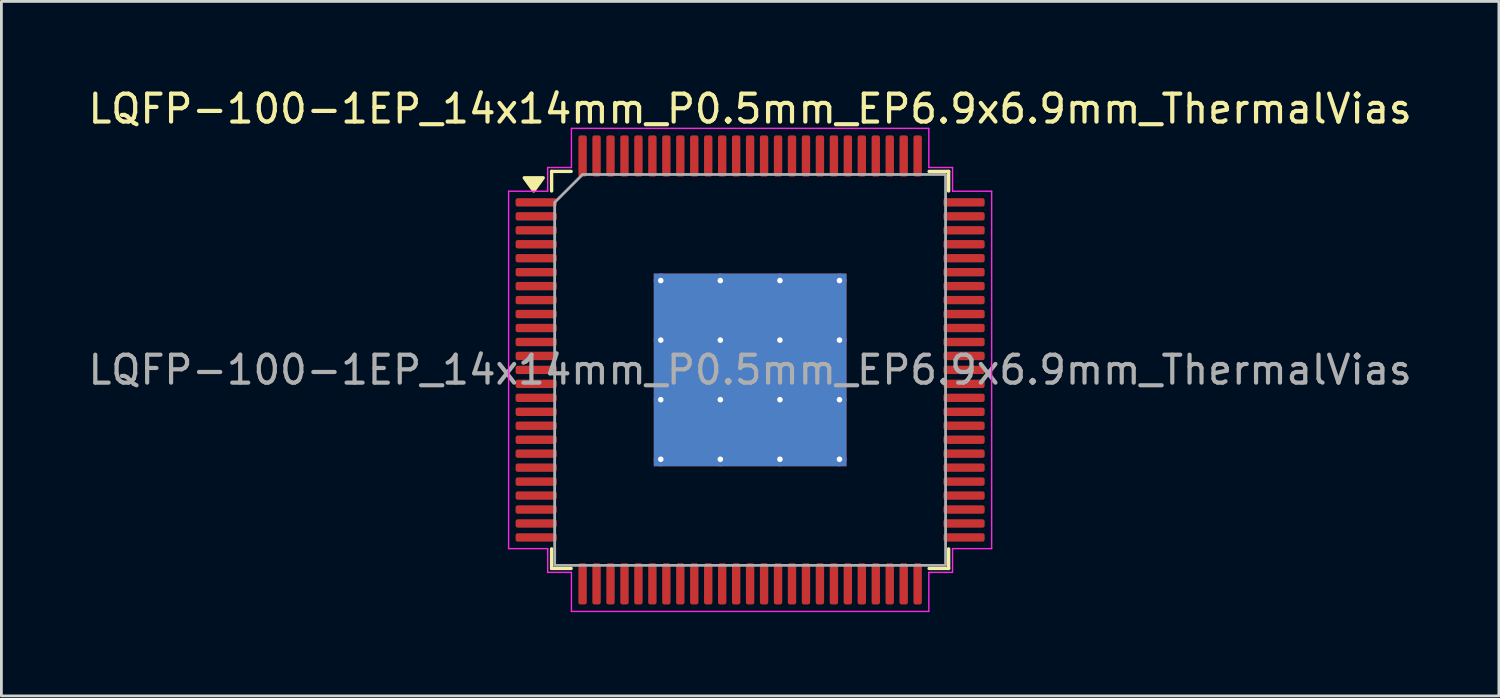
<source format=kicad_pcb>
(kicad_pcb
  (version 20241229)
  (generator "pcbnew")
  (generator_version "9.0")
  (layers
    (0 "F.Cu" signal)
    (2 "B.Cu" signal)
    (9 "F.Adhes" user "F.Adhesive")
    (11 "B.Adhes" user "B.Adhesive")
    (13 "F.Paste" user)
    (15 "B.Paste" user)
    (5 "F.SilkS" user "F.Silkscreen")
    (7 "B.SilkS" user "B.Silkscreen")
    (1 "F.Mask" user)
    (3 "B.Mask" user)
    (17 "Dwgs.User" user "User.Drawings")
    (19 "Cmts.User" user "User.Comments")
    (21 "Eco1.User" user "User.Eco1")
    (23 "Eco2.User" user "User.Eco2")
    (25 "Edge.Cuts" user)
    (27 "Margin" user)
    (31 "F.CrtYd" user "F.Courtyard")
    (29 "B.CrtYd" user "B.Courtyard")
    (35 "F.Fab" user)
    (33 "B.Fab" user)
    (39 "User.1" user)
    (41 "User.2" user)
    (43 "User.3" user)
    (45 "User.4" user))
  (footprint "LQFP-100-1EP_14x14mm_P0.5mm_EP6.9x6.9mm_ThermalVias"
    (layer "F.Cu")
    (at 23.815 10.198)
    (property "Reference" "LQFP-100-1EP_14x14mm_P0.5mm_EP6.9x6.9mm_ThermalVias" (at 0 -9.35 0) (layer "F.SilkS") (effects (font (size 1 1) (thickness 0.15))))
    (attr smd)
    (fp_line (start -7.11 -7.11) (end -6.41 -7.11) (stroke (width 0.12) (type solid)) (layer "F.SilkS"))
    (fp_line (start -7.11 -6.41) (end -7.11 -7.11) (stroke (width 0.12) (type solid)) (layer "F.SilkS"))
    (fp_line (start -7.11 7.11) (end -7.11 6.41) (stroke (width 0.12) (type solid)) (layer "F.SilkS"))
    (fp_line (start -6.41 7.11) (end -7.11 7.11) (stroke (width 0.12) (type solid)) (layer "F.SilkS"))
    (fp_line (start 6.41 -7.11) (end 7.11 -7.11) (stroke (width 0.12) (type solid)) (layer "F.SilkS"))
    (fp_line (start 7.11 -7.11) (end 7.11 -6.41) (stroke (width 0.12) (type solid)) (layer "F.SilkS"))
    (fp_line (start 7.11 6.41) (end 7.11 7.11) (stroke (width 0.12) (type solid)) (layer "F.SilkS"))
    (fp_line (start 7.11 7.11) (end 6.41 7.11) (stroke (width 0.12) (type solid)) (layer "F.SilkS"))
    (fp_poly (pts (xy -7.75 -6.41) (xy -8.09 -6.88) (xy -7.41 -6.88)) (stroke (width 0.12) (type solid)) (fill yes) (layer "F.SilkS"))
    (fp_line (start -8.65 -6.4) (end -7.25 -6.4) (stroke (width 0.05) (type solid)) (layer "F.CrtYd"))
    (fp_line (start -8.65 6.4) (end -8.65 -6.4) (stroke (width 0.05) (type solid)) (layer "F.CrtYd"))
    (fp_line (start -7.25 -7.25) (end -6.4 -7.25) (stroke (width 0.05) (type solid)) (layer "F.CrtYd"))
    (fp_line (start -7.25 -6.4) (end -7.25 -7.25) (stroke (width 0.05) (type solid)) (layer "F.CrtYd"))
    (fp_line (start -7.25 6.4) (end -8.65 6.4) (stroke (width 0.05) (type solid)) (layer "F.CrtYd"))
    (fp_line (start -7.25 7.25) (end -7.25 6.4) (stroke (width 0.05) (type solid)) (layer "F.CrtYd"))
    (fp_line (start -6.4 -8.65) (end 6.4 -8.65) (stroke (width 0.05) (type solid)) (layer "F.CrtYd"))
    (fp_line (start -6.4 -7.25) (end -6.4 -8.65) (stroke (width 0.05) (type solid)) (layer "F.CrtYd"))
    (fp_line (start -6.4 7.25) (end -7.25 7.25) (stroke (width 0.05) (type solid)) (layer "F.CrtYd"))
    (fp_line (start -6.4 8.65) (end -6.4 7.25) (stroke (width 0.05) (type solid)) (layer "F.CrtYd"))
    (fp_line (start 6.4 -8.65) (end 6.4 -7.25) (stroke (width 0.05) (type solid)) (layer "F.CrtYd"))
    (fp_line (start 6.4 -7.25) (end 7.25 -7.25) (stroke (width 0.05) (type solid)) (layer "F.CrtYd"))
    (fp_line (start 6.4 7.25) (end 6.4 8.65) (stroke (width 0.05) (type solid)) (layer "F.CrtYd"))
    (fp_line (start 6.4 8.65) (end -6.4 8.65) (stroke (width 0.05) (type solid)) (layer "F.CrtYd"))
    (fp_line (start 7.25 -7.25) (end 7.25 -6.4) (stroke (width 0.05) (type solid)) (layer "F.CrtYd"))
    (fp_line (start 7.25 -6.4) (end 8.65 -6.4) (stroke (width 0.05) (type solid)) (layer "F.CrtYd"))
    (fp_line (start 7.25 6.4) (end 7.25 7.25) (stroke (width 0.05) (type solid)) (layer "F.CrtYd"))
    (fp_line (start 7.25 7.25) (end 6.4 7.25) (stroke (width 0.05) (type solid)) (layer "F.CrtYd"))
    (fp_line (start 8.65 -6.4) (end 8.65 6.4) (stroke (width 0.05) (type solid)) (layer "F.CrtYd"))
    (fp_line (start 8.65 6.4) (end 7.25 6.4) (stroke (width 0.05) (type solid)) (layer "F.CrtYd"))
    (fp_poly (pts (xy -7 -6) (xy -7 7) (xy 7 7) (xy 7 -7) (xy -6 -7)) (stroke (width 0.1) (type solid)) (fill no) (layer "F.Fab"))
    (fp_text user "${REFERENCE}" (at 0 0 0) (layer "F.Fab") (effects (font (size 1 1) (thickness 0.15))))
    (pad "" smd roundrect (at -2.3 -2.3) (size 1.85 1.85) (layers "F.Paste") (roundrect_rratio 0.135))
    (pad "" smd roundrect (at -2.3 0) (size 1.85 1.85) (layers "F.Paste") (roundrect_rratio 0.135))
    (pad "" smd roundrect (at -2.3 2.3) (size 1.85 1.85) (layers "F.Paste") (roundrect_rratio 0.135))
    (pad "" smd roundrect (at 0 -2.3) (size 1.85 1.85) (layers "F.Paste") (roundrect_rratio 0.135))
    (pad "" smd roundrect (at 0 0) (size 1.85 1.85) (layers "F.Paste") (roundrect_rratio 0.135))
    (pad "" smd roundrect (at 0 2.3) (size 1.85 1.85) (layers "F.Paste") (roundrect_rratio 0.135))
    (pad "" smd roundrect (at 2.3 -2.3) (size 1.85 1.85) (layers "F.Paste") (roundrect_rratio 0.135))
    (pad "" smd roundrect (at 2.3 0) (size 1.85 1.85) (layers "F.Paste") (roundrect_rratio 0.135))
    (pad "" smd roundrect (at 2.3 2.3) (size 1.85 1.85) (layers "F.Paste") (roundrect_rratio 0.135))
    (pad "1" smd roundrect (at -7.662 -6) (size 1.475 0.3) (layers "F.Cu" "F.Mask" "F.Paste") (roundrect_rratio 0.25))
    (pad "2" smd roundrect (at -7.662 -5.5) (size 1.475 0.3) (layers "F.Cu" "F.Mask" "F.Paste") (roundrect_rratio 0.25))
    (pad "3" smd roundrect (at -7.662 -5) (size 1.475 0.3) (layers "F.Cu" "F.Mask" "F.Paste") (roundrect_rratio 0.25))
    (pad "4" smd roundrect (at -7.662 -4.5) (size 1.475 0.3) (layers "F.Cu" "F.Mask" "F.Paste") (roundrect_rratio 0.25))
    (pad "5" smd roundrect (at -7.662 -4) (size 1.475 0.3) (layers "F.Cu" "F.Mask" "F.Paste") (roundrect_rratio 0.25))
    (pad "6" smd roundrect (at -7.662 -3.5) (size 1.475 0.3) (layers "F.Cu" "F.Mask" "F.Paste") (roundrect_rratio 0.25))
    (pad "7" smd roundrect (at -7.662 -3) (size 1.475 0.3) (layers "F.Cu" "F.Mask" "F.Paste") (roundrect_rratio 0.25))
    (pad "8" smd roundrect (at -7.662 -2.5) (size 1.475 0.3) (layers "F.Cu" "F.Mask" "F.Paste") (roundrect_rratio 0.25))
    (pad "9" smd roundrect (at -7.662 -2) (size 1.475 0.3) (layers "F.Cu" "F.Mask" "F.Paste") (roundrect_rratio 0.25))
    (pad "10" smd roundrect (at -7.662 -1.5) (size 1.475 0.3) (layers "F.Cu" "F.Mask" "F.Paste") (roundrect_rratio 0.25))
    (pad "11" smd roundrect (at -7.662 -1) (size 1.475 0.3) (layers "F.Cu" "F.Mask" "F.Paste") (roundrect_rratio 0.25))
    (pad "12" smd roundrect (at -7.662 -0.5) (size 1.475 0.3) (layers "F.Cu" "F.Mask" "F.Paste") (roundrect_rratio 0.25))
    (pad "13" smd roundrect (at -7.662 0) (size 1.475 0.3) (layers "F.Cu" "F.Mask" "F.Paste") (roundrect_rratio 0.25))
    (pad "14" smd roundrect (at -7.662 0.5) (size 1.475 0.3) (layers "F.Cu" "F.Mask" "F.Paste") (roundrect_rratio 0.25))
    (pad "15" smd roundrect (at -7.662 1) (size 1.475 0.3) (layers "F.Cu" "F.Mask" "F.Paste") (roundrect_rratio 0.25))
    (pad "16" smd roundrect (at -7.662 1.5) (size 1.475 0.3) (layers "F.Cu" "F.Mask" "F.Paste") (roundrect_rratio 0.25))
    (pad "17" smd roundrect (at -7.662 2) (size 1.475 0.3) (layers "F.Cu" "F.Mask" "F.Paste") (roundrect_rratio 0.25))
    (pad "18" smd roundrect (at -7.662 2.5) (size 1.475 0.3) (layers "F.Cu" "F.Mask" "F.Paste") (roundrect_rratio 0.25))
    (pad "19" smd roundrect (at -7.662 3) (size 1.475 0.3) (layers "F.Cu" "F.Mask" "F.Paste") (roundrect_rratio 0.25))
    (pad "20" smd roundrect (at -7.662 3.5) (size 1.475 0.3) (layers "F.Cu" "F.Mask" "F.Paste") (roundrect_rratio 0.25))
    (pad "21" smd roundrect (at -7.662 4) (size 1.475 0.3) (layers "F.Cu" "F.Mask" "F.Paste") (roundrect_rratio 0.25))
    (pad "22" smd roundrect (at -7.662 4.5) (size 1.475 0.3) (layers "F.Cu" "F.Mask" "F.Paste") (roundrect_rratio 0.25))
    (pad "23" smd roundrect (at -7.662 5) (size 1.475 0.3) (layers "F.Cu" "F.Mask" "F.Paste") (roundrect_rratio 0.25))
    (pad "24" smd roundrect (at -7.662 5.5) (size 1.475 0.3) (layers "F.Cu" "F.Mask" "F.Paste") (roundrect_rratio 0.25))
    (pad "25" smd roundrect (at -7.662 6) (size 1.475 0.3) (layers "F.Cu" "F.Mask" "F.Paste") (roundrect_rratio 0.25))
    (pad "26" smd roundrect (at -6 7.662) (size 0.3 1.475) (layers "F.Cu" "F.Mask" "F.Paste") (roundrect_rratio 0.25))
    (pad "27" smd roundrect (at -5.5 7.662) (size 0.3 1.475) (layers "F.Cu" "F.Mask" "F.Paste") (roundrect_rratio 0.25))
    (pad "28" smd roundrect (at -5 7.662) (size 0.3 1.475) (layers "F.Cu" "F.Mask" "F.Paste") (roundrect_rratio 0.25))
    (pad "29" smd roundrect (at -4.5 7.662) (size 0.3 1.475) (layers "F.Cu" "F.Mask" "F.Paste") (roundrect_rratio 0.25))
    (pad "30" smd roundrect (at -4 7.662) (size 0.3 1.475) (layers "F.Cu" "F.Mask" "F.Paste") (roundrect_rratio 0.25))
    (pad "31" smd roundrect (at -3.5 7.662) (size 0.3 1.475) (layers "F.Cu" "F.Mask" "F.Paste") (roundrect_rratio 0.25))
    (pad "32" smd roundrect (at -3 7.662) (size 0.3 1.475) (layers "F.Cu" "F.Mask" "F.Paste") (roundrect_rratio 0.25))
    (pad "33" smd roundrect (at -2.5 7.662) (size 0.3 1.475) (layers "F.Cu" "F.Mask" "F.Paste") (roundrect_rratio 0.25))
    (pad "34" smd roundrect (at -2 7.662) (size 0.3 1.475) (layers "F.Cu" "F.Mask" "F.Paste") (roundrect_rratio 0.25))
    (pad "35" smd roundrect (at -1.5 7.662) (size 0.3 1.475) (layers "F.Cu" "F.Mask" "F.Paste") (roundrect_rratio 0.25))
    (pad "36" smd roundrect (at -1 7.662) (size 0.3 1.475) (layers "F.Cu" "F.Mask" "F.Paste") (roundrect_rratio 0.25))
    (pad "37" smd roundrect (at -0.5 7.662) (size 0.3 1.475) (layers "F.Cu" "F.Mask" "F.Paste") (roundrect_rratio 0.25))
    (pad "38" smd roundrect (at 0 7.662) (size 0.3 1.475) (layers "F.Cu" "F.Mask" "F.Paste") (roundrect_rratio 0.25))
    (pad "39" smd roundrect (at 0.5 7.662) (size 0.3 1.475) (layers "F.Cu" "F.Mask" "F.Paste") (roundrect_rratio 0.25))
    (pad "40" smd roundrect (at 1 7.662) (size 0.3 1.475) (layers "F.Cu" "F.Mask" "F.Paste") (roundrect_rratio 0.25))
    (pad "41" smd roundrect (at 1.5 7.662) (size 0.3 1.475) (layers "F.Cu" "F.Mask" "F.Paste") (roundrect_rratio 0.25))
    (pad "42" smd roundrect (at 2 7.662) (size 0.3 1.475) (layers "F.Cu" "F.Mask" "F.Paste") (roundrect_rratio 0.25))
    (pad "43" smd roundrect (at 2.5 7.662) (size 0.3 1.475) (layers "F.Cu" "F.Mask" "F.Paste") (roundrect_rratio 0.25))
    (pad "44" smd roundrect (at 3 7.662) (size 0.3 1.475) (layers "F.Cu" "F.Mask" "F.Paste") (roundrect_rratio 0.25))
    (pad "45" smd roundrect (at 3.5 7.662) (size 0.3 1.475) (layers "F.Cu" "F.Mask" "F.Paste") (roundrect_rratio 0.25))
    (pad "46" smd roundrect (at 4 7.662) (size 0.3 1.475) (layers "F.Cu" "F.Mask" "F.Paste") (roundrect_rratio 0.25))
    (pad "47" smd roundrect (at 4.5 7.662) (size 0.3 1.475) (layers "F.Cu" "F.Mask" "F.Paste") (roundrect_rratio 0.25))
    (pad "48" smd roundrect (at 5 7.662) (size 0.3 1.475) (layers "F.Cu" "F.Mask" "F.Paste") (roundrect_rratio 0.25))
    (pad "49" smd roundrect (at 5.5 7.662) (size 0.3 1.475) (layers "F.Cu" "F.Mask" "F.Paste") (roundrect_rratio 0.25))
    (pad "50" smd roundrect (at 6 7.662) (size 0.3 1.475) (layers "F.Cu" "F.Mask" "F.Paste") (roundrect_rratio 0.25))
    (pad "51" smd roundrect (at 7.662 6) (size 1.475 0.3) (layers "F.Cu" "F.Mask" "F.Paste") (roundrect_rratio 0.25))
    (pad "52" smd roundrect (at 7.662 5.5) (size 1.475 0.3) (layers "F.Cu" "F.Mask" "F.Paste") (roundrect_rratio 0.25))
    (pad "53" smd roundrect (at 7.662 5) (size 1.475 0.3) (layers "F.Cu" "F.Mask" "F.Paste") (roundrect_rratio 0.25))
    (pad "54" smd roundrect (at 7.662 4.5) (size 1.475 0.3) (layers "F.Cu" "F.Mask" "F.Paste") (roundrect_rratio 0.25))
    (pad "55" smd roundrect (at 7.662 4) (size 1.475 0.3) (layers "F.Cu" "F.Mask" "F.Paste") (roundrect_rratio 0.25))
    (pad "56" smd roundrect (at 7.662 3.5) (size 1.475 0.3) (layers "F.Cu" "F.Mask" "F.Paste") (roundrect_rratio 0.25))
    (pad "57" smd roundrect (at 7.662 3) (size 1.475 0.3) (layers "F.Cu" "F.Mask" "F.Paste") (roundrect_rratio 0.25))
    (pad "58" smd roundrect (at 7.662 2.5) (size 1.475 0.3) (layers "F.Cu" "F.Mask" "F.Paste") (roundrect_rratio 0.25))
    (pad "59" smd roundrect (at 7.662 2) (size 1.475 0.3) (layers "F.Cu" "F.Mask" "F.Paste") (roundrect_rratio 0.25))
    (pad "60" smd roundrect (at 7.662 1.5) (size 1.475 0.3) (layers "F.Cu" "F.Mask" "F.Paste") (roundrect_rratio 0.25))
    (pad "61" smd roundrect (at 7.662 1) (size 1.475 0.3) (layers "F.Cu" "F.Mask" "F.Paste") (roundrect_rratio 0.25))
    (pad "62" smd roundrect (at 7.662 0.5) (size 1.475 0.3) (layers "F.Cu" "F.Mask" "F.Paste") (roundrect_rratio 0.25))
    (pad "63" smd roundrect (at 7.662 0) (size 1.475 0.3) (layers "F.Cu" "F.Mask" "F.Paste") (roundrect_rratio 0.25))
    (pad "64" smd roundrect (at 7.662 -0.5) (size 1.475 0.3) (layers "F.Cu" "F.Mask" "F.Paste") (roundrect_rratio 0.25))
    (pad "65" smd roundrect (at 7.662 -1) (size 1.475 0.3) (layers "F.Cu" "F.Mask" "F.Paste") (roundrect_rratio 0.25))
    (pad "66" smd roundrect (at 7.662 -1.5) (size 1.475 0.3) (layers "F.Cu" "F.Mask" "F.Paste") (roundrect_rratio 0.25))
    (pad "67" smd roundrect (at 7.662 -2) (size 1.475 0.3) (layers "F.Cu" "F.Mask" "F.Paste") (roundrect_rratio 0.25))
    (pad "68" smd roundrect (at 7.662 -2.5) (size 1.475 0.3) (layers "F.Cu" "F.Mask" "F.Paste") (roundrect_rratio 0.25))
    (pad "69" smd roundrect (at 7.662 -3) (size 1.475 0.3) (layers "F.Cu" "F.Mask" "F.Paste") (roundrect_rratio 0.25))
    (pad "70" smd roundrect (at 7.662 -3.5) (size 1.475 0.3) (layers "F.Cu" "F.Mask" "F.Paste") (roundrect_rratio 0.25))
    (pad "71" smd roundrect (at 7.662 -4) (size 1.475 0.3) (layers "F.Cu" "F.Mask" "F.Paste") (roundrect_rratio 0.25))
    (pad "72" smd roundrect (at 7.662 -4.5) (size 1.475 0.3) (layers "F.Cu" "F.Mask" "F.Paste") (roundrect_rratio 0.25))
    (pad "73" smd roundrect (at 7.662 -5) (size 1.475 0.3) (layers "F.Cu" "F.Mask" "F.Paste") (roundrect_rratio 0.25))
    (pad "74" smd roundrect (at 7.662 -5.5) (size 1.475 0.3) (layers "F.Cu" "F.Mask" "F.Paste") (roundrect_rratio 0.25))
    (pad "75" smd roundrect (at 7.662 -6) (size 1.475 0.3) (layers "F.Cu" "F.Mask" "F.Paste") (roundrect_rratio 0.25))
    (pad "76" smd roundrect (at 6 -7.662) (size 0.3 1.475) (layers "F.Cu" "F.Mask" "F.Paste") (roundrect_rratio 0.25))
    (pad "77" smd roundrect (at 5.5 -7.662) (size 0.3 1.475) (layers "F.Cu" "F.Mask" "F.Paste") (roundrect_rratio 0.25))
    (pad "78" smd roundrect (at 5 -7.662) (size 0.3 1.475) (layers "F.Cu" "F.Mask" "F.Paste") (roundrect_rratio 0.25))
    (pad "79" smd roundrect (at 4.5 -7.662) (size 0.3 1.475) (layers "F.Cu" "F.Mask" "F.Paste") (roundrect_rratio 0.25))
    (pad "80" smd roundrect (at 4 -7.662) (size 0.3 1.475) (layers "F.Cu" "F.Mask" "F.Paste") (roundrect_rratio 0.25))
    (pad "81" smd roundrect (at 3.5 -7.662) (size 0.3 1.475) (layers "F.Cu" "F.Mask" "F.Paste") (roundrect_rratio 0.25))
    (pad "82" smd roundrect (at 3 -7.662) (size 0.3 1.475) (layers "F.Cu" "F.Mask" "F.Paste") (roundrect_rratio 0.25))
    (pad "83" smd roundrect (at 2.5 -7.662) (size 0.3 1.475) (layers "F.Cu" "F.Mask" "F.Paste") (roundrect_rratio 0.25))
    (pad "84" smd roundrect (at 2 -7.662) (size 0.3 1.475) (layers "F.Cu" "F.Mask" "F.Paste") (roundrect_rratio 0.25))
    (pad "85" smd roundrect (at 1.5 -7.662) (size 0.3 1.475) (layers "F.Cu" "F.Mask" "F.Paste") (roundrect_rratio 0.25))
    (pad "86" smd roundrect (at 1 -7.662) (size 0.3 1.475) (layers "F.Cu" "F.Mask" "F.Paste") (roundrect_rratio 0.25))
    (pad "87" smd roundrect (at 0.5 -7.662) (size 0.3 1.475) (layers "F.Cu" "F.Mask" "F.Paste") (roundrect_rratio 0.25))
    (pad "88" smd roundrect (at 0 -7.662) (size 0.3 1.475) (layers "F.Cu" "F.Mask" "F.Paste") (roundrect_rratio 0.25))
    (pad "89" smd roundrect (at -0.5 -7.662) (size 0.3 1.475) (layers "F.Cu" "F.Mask" "F.Paste") (roundrect_rratio 0.25))
    (pad "90" smd roundrect (at -1 -7.662) (size 0.3 1.475) (layers "F.Cu" "F.Mask" "F.Paste") (roundrect_rratio 0.25))
    (pad "91" smd roundrect (at -1.5 -7.662) (size 0.3 1.475) (layers "F.Cu" "F.Mask" "F.Paste") (roundrect_rratio 0.25))
    (pad "92" smd roundrect (at -2 -7.662) (size 0.3 1.475) (layers "F.Cu" "F.Mask" "F.Paste") (roundrect_rratio 0.25))
    (pad "93" smd roundrect (at -2.5 -7.662) (size 0.3 1.475) (layers "F.Cu" "F.Mask" "F.Paste") (roundrect_rratio 0.25))
    (pad "94" smd roundrect (at -3 -7.662) (size 0.3 1.475) (layers "F.Cu" "F.Mask" "F.Paste") (roundrect_rratio 0.25))
    (pad "95" smd roundrect (at -3.5 -7.662) (size 0.3 1.475) (layers "F.Cu" "F.Mask" "F.Paste") (roundrect_rratio 0.25))
    (pad "96" smd roundrect (at -4 -7.662) (size 0.3 1.475) (layers "F.Cu" "F.Mask" "F.Paste") (roundrect_rratio 0.25))
    (pad "97" smd roundrect (at -4.5 -7.662) (size 0.3 1.475) (layers "F.Cu" "F.Mask" "F.Paste") (roundrect_rratio 0.25))
    (pad "98" smd roundrect (at -5 -7.662) (size 0.3 1.475) (layers "F.Cu" "F.Mask" "F.Paste") (roundrect_rratio 0.25))
    (pad "99" smd roundrect (at -5.5 -7.662) (size 0.3 1.475) (layers "F.Cu" "F.Mask" "F.Paste") (roundrect_rratio 0.25))
    (pad "100" smd roundrect (at -6 -7.662) (size 0.3 1.475) (layers "F.Cu" "F.Mask" "F.Paste") (roundrect_rratio 0.25))
    (pad "101" thru_hole circle (at -3.2 -3.2) (size 0.5 0.5) (drill 0.2) (property pad_prop_heatsink) (layers "*.Cu"))
    (pad "101" thru_hole circle (at -3.2 -1.067) (size 0.5 0.5) (drill 0.2) (property pad_prop_heatsink) (layers "*.Cu"))
    (pad "101" thru_hole circle (at -3.2 1.067) (size 0.5 0.5) (drill 0.2) (property pad_prop_heatsink) (layers "*.Cu"))
    (pad "101" thru_hole circle (at -3.2 3.2) (size 0.5 0.5) (drill 0.2) (property pad_prop_heatsink) (layers "*.Cu"))
    (pad "101" thru_hole circle (at -1.067 -3.2) (size 0.5 0.5) (drill 0.2) (property pad_prop_heatsink) (layers "*.Cu"))
    (pad "101" thru_hole circle (at -1.067 -1.067) (size 0.5 0.5) (drill 0.2) (property pad_prop_heatsink) (layers "*.Cu"))
    (pad "101" thru_hole circle (at -1.067 1.067) (size 0.5 0.5) (drill 0.2) (property pad_prop_heatsink) (layers "*.Cu"))
    (pad "101" thru_hole circle (at -1.067 3.2) (size 0.5 0.5) (drill 0.2) (property pad_prop_heatsink) (layers "*.Cu"))
    (pad "101" smd rect (at 0 0) (size 6.9 6.9) (property pad_prop_heatsink) (layers "F.Cu" "F.Mask"))
    (pad "101" smd rect (at 0 0) (size 6.9 6.9) (property pad_prop_heatsink) (layers "B.Cu"))
    (pad "101" thru_hole circle (at 1.067 -3.2) (size 0.5 0.5) (drill 0.2) (property pad_prop_heatsink) (layers "*.Cu"))
    (pad "101" thru_hole circle (at 1.067 -1.067) (size 0.5 0.5) (drill 0.2) (property pad_prop_heatsink) (layers "*.Cu"))
    (pad "101" thru_hole circle (at 1.067 1.067) (size 0.5 0.5) (drill 0.2) (property pad_prop_heatsink) (layers "*.Cu"))
    (pad "101" thru_hole circle (at 1.067 3.2) (size 0.5 0.5) (drill 0.2) (property pad_prop_heatsink) (layers "*.Cu"))
    (pad "101" thru_hole circle (at 3.2 -3.2) (size 0.5 0.5) (drill 0.2) (property pad_prop_heatsink) (layers "*.Cu"))
    (pad "101" thru_hole circle (at 3.2 -1.067) (size 0.5 0.5) (drill 0.2) (property pad_prop_heatsink) (layers "*.Cu"))
    (pad "101" thru_hole circle (at 3.2 1.067) (size 0.5 0.5) (drill 0.2) (property pad_prop_heatsink) (layers "*.Cu"))
    (pad "101" thru_hole circle (at 3.2 3.2) (size 0.5 0.5) (drill 0.2) (property pad_prop_heatsink) (layers "*.Cu")))
  (gr_rect
    (start -3 -3)
    (end 50.631 21.873)
    (stroke (width 0.1) (type default))
    (fill no)
    (layer "Edge.Cuts")))
</source>
